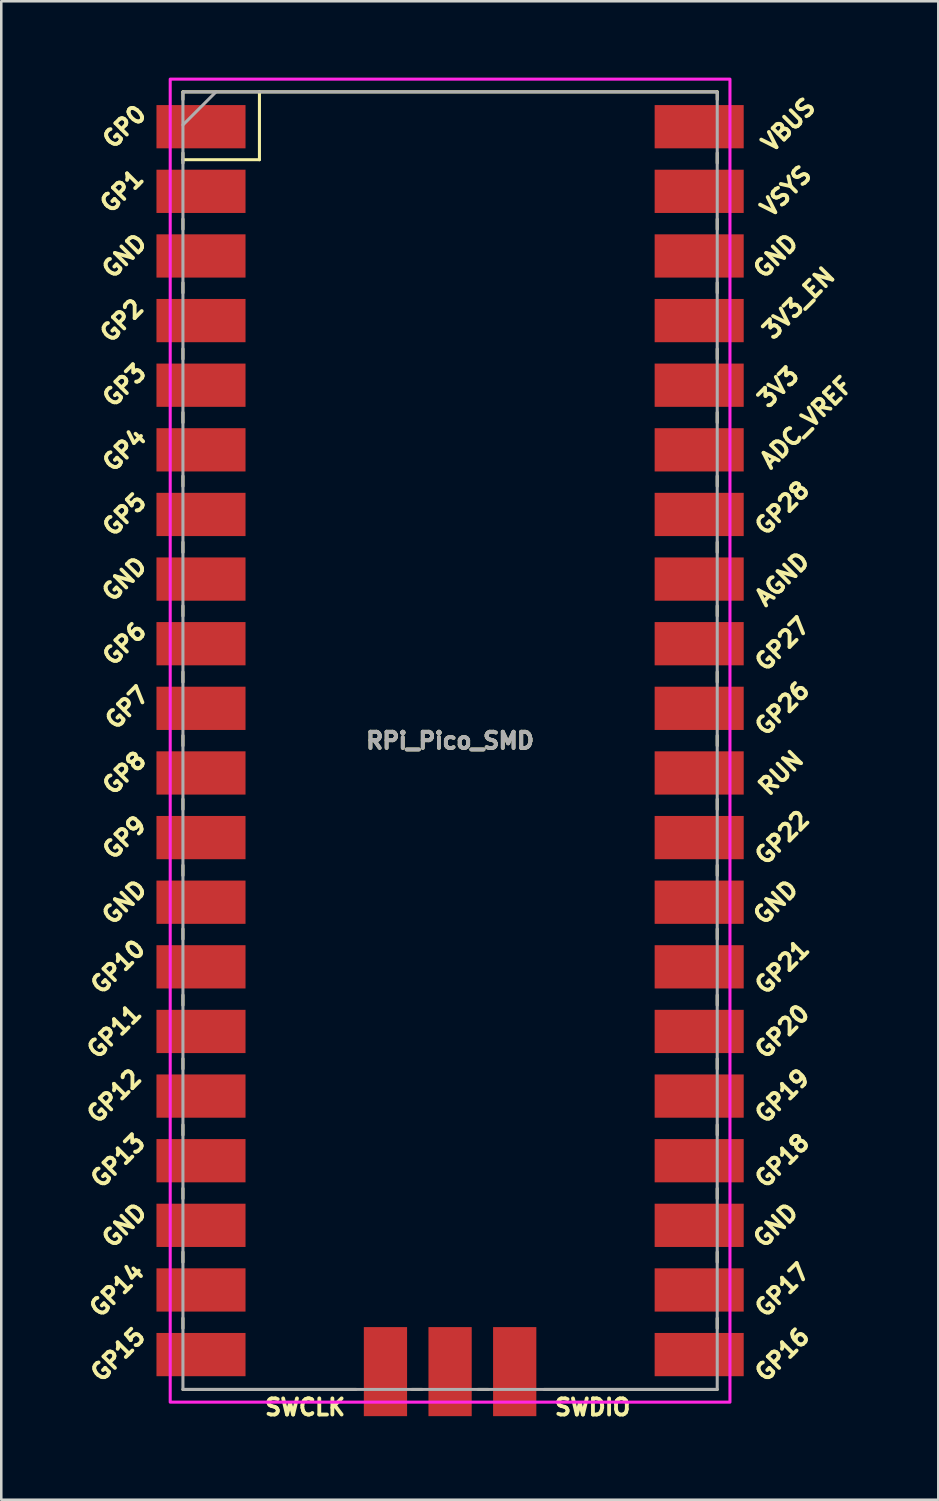
<source format=kicad_pcb>
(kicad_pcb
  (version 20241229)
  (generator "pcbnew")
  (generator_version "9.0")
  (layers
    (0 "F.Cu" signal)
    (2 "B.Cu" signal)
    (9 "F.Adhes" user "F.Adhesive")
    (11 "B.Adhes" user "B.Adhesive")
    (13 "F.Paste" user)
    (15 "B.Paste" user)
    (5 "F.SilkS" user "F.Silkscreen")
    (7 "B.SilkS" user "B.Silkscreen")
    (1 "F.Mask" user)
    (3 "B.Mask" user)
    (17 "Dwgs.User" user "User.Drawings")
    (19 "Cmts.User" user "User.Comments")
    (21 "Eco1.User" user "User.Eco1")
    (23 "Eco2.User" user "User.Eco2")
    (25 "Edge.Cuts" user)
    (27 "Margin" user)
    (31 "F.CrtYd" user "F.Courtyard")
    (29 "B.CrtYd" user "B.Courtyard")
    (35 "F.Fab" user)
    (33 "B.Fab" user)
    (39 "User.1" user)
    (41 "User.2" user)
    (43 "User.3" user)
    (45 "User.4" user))
  (footprint "RPi_Pico_SMD"
    (layer "F.Cu")
    (at 14.64 26.06)
    (property "Reference" "RPi_Pico_SMD" (at 0 0 0) (layer "F.SilkS") (effects (font (size 0.635 0.635) (thickness 0.15))))
    (attr smd)
    (fp_line (start -10.5 -25.5) (end -10.5 -25.2) (stroke (width 0.12) (type solid)) (layer "F.SilkS"))
    (fp_line (start -10.5 -25.5) (end 10.5 -25.5) (stroke (width 0.12) (type solid)) (layer "F.SilkS"))
    (fp_line (start -10.5 -23.1) (end -10.5 -22.7) (stroke (width 0.12) (type solid)) (layer "F.SilkS"))
    (fp_line (start -10.5 -22.833) (end -7.493 -22.833) (stroke (width 0.12) (type solid)) (layer "F.SilkS"))
    (fp_line (start -10.5 -20.5) (end -10.5 -20.1) (stroke (width 0.12) (type solid)) (layer "F.SilkS"))
    (fp_line (start -10.5 -18) (end -10.5 -17.6) (stroke (width 0.12) (type solid)) (layer "F.SilkS"))
    (fp_line (start -10.5 -15.4) (end -10.5 -15) (stroke (width 0.12) (type solid)) (layer "F.SilkS"))
    (fp_line (start -10.5 -12.9) (end -10.5 -12.5) (stroke (width 0.12) (type solid)) (layer "F.SilkS"))
    (fp_line (start -10.5 -10.4) (end -10.5 -10) (stroke (width 0.12) (type solid)) (layer "F.SilkS"))
    (fp_line (start -10.5 -7.8) (end -10.5 -7.4) (stroke (width 0.12) (type solid)) (layer "F.SilkS"))
    (fp_line (start -10.5 -5.3) (end -10.5 -4.9) (stroke (width 0.12) (type solid)) (layer "F.SilkS"))
    (fp_line (start -10.5 -2.7) (end -10.5 -2.3) (stroke (width 0.12) (type solid)) (layer "F.SilkS"))
    (fp_line (start -10.5 -0.2) (end -10.5 0.2) (stroke (width 0.12) (type solid)) (layer "F.SilkS"))
    (fp_line (start -10.5 2.3) (end -10.5 2.7) (stroke (width 0.12) (type solid)) (layer "F.SilkS"))
    (fp_line (start -10.5 4.9) (end -10.5 5.3) (stroke (width 0.12) (type solid)) (layer "F.SilkS"))
    (fp_line (start -10.5 7.4) (end -10.5 7.8) (stroke (width 0.12) (type solid)) (layer "F.SilkS"))
    (fp_line (start -10.5 10) (end -10.5 10.4) (stroke (width 0.12) (type solid)) (layer "F.SilkS"))
    (fp_line (start -10.5 12.5) (end -10.5 12.9) (stroke (width 0.12) (type solid)) (layer "F.SilkS"))
    (fp_line (start -10.5 15.1) (end -10.5 15.5) (stroke (width 0.12) (type solid)) (layer "F.SilkS"))
    (fp_line (start -10.5 17.6) (end -10.5 18) (stroke (width 0.12) (type solid)) (layer "F.SilkS"))
    (fp_line (start -10.5 20.1) (end -10.5 20.5) (stroke (width 0.12) (type solid)) (layer "F.SilkS"))
    (fp_line (start -10.5 22.7) (end -10.5 23.1) (stroke (width 0.12) (type solid)) (layer "F.SilkS"))
    (fp_line (start -7.493 -22.833) (end -7.493 -25.5) (stroke (width 0.12) (type solid)) (layer "F.SilkS"))
    (fp_line (start -3.7 25.5) (end -10.5 25.5) (stroke (width 0.12) (type solid)) (layer "F.SilkS"))
    (fp_line (start -1.5 25.5) (end -1.1 25.5) (stroke (width 0.12) (type solid)) (layer "F.SilkS"))
    (fp_line (start 1.1 25.5) (end 1.5 25.5) (stroke (width 0.12) (type solid)) (layer "F.SilkS"))
    (fp_line (start 10.5 -25.5) (end 10.5 -25.2) (stroke (width 0.12) (type solid)) (layer "F.SilkS"))
    (fp_line (start 10.5 -23.1) (end 10.5 -22.7) (stroke (width 0.12) (type solid)) (layer "F.SilkS"))
    (fp_line (start 10.5 -20.5) (end 10.5 -20.1) (stroke (width 0.12) (type solid)) (layer "F.SilkS"))
    (fp_line (start 10.5 -18) (end 10.5 -17.6) (stroke (width 0.12) (type solid)) (layer "F.SilkS"))
    (fp_line (start 10.5 -15.4) (end 10.5 -15) (stroke (width 0.12) (type solid)) (layer "F.SilkS"))
    (fp_line (start 10.5 -12.9) (end 10.5 -12.5) (stroke (width 0.12) (type solid)) (layer "F.SilkS"))
    (fp_line (start 10.5 -10.4) (end 10.5 -10) (stroke (width 0.12) (type solid)) (layer "F.SilkS"))
    (fp_line (start 10.5 -7.8) (end 10.5 -7.4) (stroke (width 0.12) (type solid)) (layer "F.SilkS"))
    (fp_line (start 10.5 -5.3) (end 10.5 -4.9) (stroke (width 0.12) (type solid)) (layer "F.SilkS"))
    (fp_line (start 10.5 -2.7) (end 10.5 -2.3) (stroke (width 0.12) (type solid)) (layer "F.SilkS"))
    (fp_line (start 10.5 -0.2) (end 10.5 0.2) (stroke (width 0.12) (type solid)) (layer "F.SilkS"))
    (fp_line (start 10.5 2.3) (end 10.5 2.7) (stroke (width 0.12) (type solid)) (layer "F.SilkS"))
    (fp_line (start 10.5 4.9) (end 10.5 5.3) (stroke (width 0.12) (type solid)) (layer "F.SilkS"))
    (fp_line (start 10.5 7.4) (end 10.5 7.8) (stroke (width 0.12) (type solid)) (layer "F.SilkS"))
    (fp_line (start 10.5 10) (end 10.5 10.4) (stroke (width 0.12) (type solid)) (layer "F.SilkS"))
    (fp_line (start 10.5 12.5) (end 10.5 12.9) (stroke (width 0.12) (type solid)) (layer "F.SilkS"))
    (fp_line (start 10.5 15.1) (end 10.5 15.5) (stroke (width 0.12) (type solid)) (layer "F.SilkS"))
    (fp_line (start 10.5 17.6) (end 10.5 18) (stroke (width 0.12) (type solid)) (layer "F.SilkS"))
    (fp_line (start 10.5 20.1) (end 10.5 20.5) (stroke (width 0.12) (type solid)) (layer "F.SilkS"))
    (fp_line (start 10.5 22.7) (end 10.5 23.1) (stroke (width 0.12) (type solid)) (layer "F.SilkS"))
    (fp_line (start 10.5 25.5) (end 3.7 25.5) (stroke (width 0.12) (type solid)) (layer "F.SilkS"))
    (fp_rect (start -11 -26) (end 11 26) (stroke (width 0.12) (type solid)) (fill no) (layer "F.CrtYd"))
    (fp_line (start -10.5 -24.2) (end -9.2 -25.5) (stroke (width 0.12) (type solid)) (layer "F.Fab"))
    (fp_rect (start -10.5 -25.5) (end 10.5 25.5) (stroke (width 0.12) (type solid)) (fill no) (layer "F.Fab"))
    (fp_text user "GND" (at -12.8 -6.35 45) (layer "F.SilkS") (effects (font (size 0.635 0.635) (thickness 0.15))))
    (fp_text user "GP5" (at -12.8 -8.89 45) (layer "F.SilkS") (effects (font (size 0.635 0.635) (thickness 0.15))))
    (fp_text user "GP21" (at 13.054 8.9 45) (layer "F.SilkS") (effects (font (size 0.635 0.635) (thickness 0.15))))
    (fp_text user "RUN" (at 13 1.27 45) (layer "F.SilkS") (effects (font (size 0.635 0.635) (thickness 0.15))))
    (fp_text user "3V3" (at 12.9 -13.9 45) (layer "F.SilkS") (effects (font (size 0.635 0.635) (thickness 0.15))))
    (fp_text user "GP4" (at -12.8 -11.43 45) (layer "F.SilkS") (effects (font (size 0.635 0.635) (thickness 0.15))))
    (fp_text user "GP20" (at 13.054 11.43 45) (layer "F.SilkS") (effects (font (size 0.635 0.635) (thickness 0.15))))
    (fp_text user "GP22" (at 13.054 3.81 45) (layer "F.SilkS") (effects (font (size 0.635 0.635) (thickness 0.15))))
    (fp_text user "GND" (at 12.8 -19.05 45) (layer "F.SilkS") (effects (font (size 0.635 0.635) (thickness 0.15))))
    (fp_text user "VBUS" (at 13.3 -24.2 45) (layer "F.SilkS") (effects (font (size 0.635 0.635) (thickness 0.15))))
    (fp_text user "GP13" (at -13.054 16.51 45) (layer "F.SilkS") (effects (font (size 0.635 0.635) (thickness 0.15))))
    (fp_text user "GP26" (at 13.054 -1.27 45) (layer "F.SilkS") (effects (font (size 0.635 0.635) (thickness 0.15))))
    (fp_text user "GND" (at -12.8 -19.05 45) (layer "F.SilkS") (effects (font (size 0.635 0.635) (thickness 0.15))))
    (fp_text user "GP7" (at -12.7 -1.3 45) (layer "F.SilkS") (effects (font (size 0.635 0.635) (thickness 0.15))))
    (fp_text user "GP1" (at -12.9 -21.6 45) (layer "F.SilkS") (effects (font (size 0.635 0.635) (thickness 0.15))))
    (fp_text user "GP12" (at -13.2 13.97 45) (layer "F.SilkS") (effects (font (size 0.635 0.635) (thickness 0.15))))
    (fp_text user "GP9" (at -12.8 3.81 45) (layer "F.SilkS") (effects (font (size 0.635 0.635) (thickness 0.15))))
    (fp_text user "GP3" (at -12.8 -13.97 45) (layer "F.SilkS") (effects (font (size 0.635 0.635) (thickness 0.15))))
    (fp_text user "GP6" (at -12.8 -3.81 45) (layer "F.SilkS") (effects (font (size 0.635 0.635) (thickness 0.15))))
    (fp_text user "GP19" (at 13.054 13.97 45) (layer "F.SilkS") (effects (font (size 0.635 0.635) (thickness 0.15))))
    (fp_text user "GP18" (at 13.054 16.51 45) (layer "F.SilkS") (effects (font (size 0.635 0.635) (thickness 0.15))))
    (fp_text user "GP0" (at -12.8 -24.13 45) (layer "F.SilkS") (effects (font (size 0.635 0.635) (thickness 0.15))))
    (fp_text user "GP28" (at 13.054 -9.144 45) (layer "F.SilkS") (effects (font (size 0.635 0.635) (thickness 0.15))))
    (fp_text user "GP17" (at 13.054 21.59 45) (layer "F.SilkS") (effects (font (size 0.635 0.635) (thickness 0.15))))
    (fp_text user "VSYS" (at 13.2 -21.59 45) (layer "F.SilkS") (effects (font (size 0.635 0.635) (thickness 0.15))))
    (fp_text user "GND" (at -12.8 6.35 45) (layer "F.SilkS") (effects (font (size 0.635 0.635) (thickness 0.15))))
    (fp_text user "GP15" (at -13.054 24.13 45) (layer "F.SilkS") (effects (font (size 0.635 0.635) (thickness 0.15))))
    (fp_text user "3V3_EN" (at 13.7 -17.2 45) (layer "F.SilkS") (effects (font (size 0.635 0.635) (thickness 0.15))))
    (fp_text user "GND" (at 12.8 19.05 45) (layer "F.SilkS") (effects (font (size 0.635 0.635) (thickness 0.15))))
    (fp_text user "ADC_VREF" (at 14 -12.5 45) (layer "F.SilkS") (effects (font (size 0.635 0.635) (thickness 0.15))))
    (fp_text user "GP16" (at 13.054 24.13 45) (layer "F.SilkS") (effects (font (size 0.635 0.635) (thickness 0.15))))
    (fp_text user "AGND" (at 13.054 -6.35 45) (layer "F.SilkS") (effects (font (size 0.635 0.635) (thickness 0.15))))
    (fp_text user "GP8" (at -12.8 1.27 45) (layer "F.SilkS") (effects (font (size 0.635 0.635) (thickness 0.15))))
    (fp_text user "GP14" (at -13.1 21.59 45) (layer "F.SilkS") (effects (font (size 0.635 0.635) (thickness 0.15))))
    (fp_text user "GP2" (at -12.9 -16.51 45) (layer "F.SilkS") (effects (font (size 0.635 0.635) (thickness 0.15))))
    (fp_text user "GP27" (at 13.054 -3.8 45) (layer "F.SilkS") (effects (font (size 0.635 0.635) (thickness 0.15))))
    (fp_text user "GP11" (at -13.2 11.43 45) (layer "F.SilkS") (effects (font (size 0.635 0.635) (thickness 0.15))))
    (fp_text user "SWDIO" (at 5.6 26.2 0) (layer "F.SilkS") (effects (font (size 0.635 0.635) (thickness 0.15))))
    (fp_text user "GND" (at 12.8 6.35 45) (layer "F.SilkS") (effects (font (size 0.635 0.635) (thickness 0.15))))
    (fp_text user "GP10" (at -13.054 8.89 45) (layer "F.SilkS") (effects (font (size 0.635 0.635) (thickness 0.15))))
    (fp_text user "GND" (at -12.8 19.05 45) (layer "F.SilkS") (effects (font (size 0.635 0.635) (thickness 0.15))))
    (fp_text user "SWCLK" (at -5.7 26.2 0) (layer "F.SilkS") (effects (font (size 0.635 0.635) (thickness 0.15))))
    (fp_text user "${REFERENCE}" (at 0 0 180) (layer "F.Fab") (effects (font (size 0.635 0.635) (thickness 0.15))))
    (pad "1" smd rect (at -8.89 -24.13) (size 3.5 1.7) (drill (offset -0.9 0)) (layers "F.Cu" "F.Mask"))
    (pad "2" smd rect (at -8.89 -21.59) (size 3.5 1.7) (drill (offset -0.9 0)) (layers "F.Cu" "F.Mask"))
    (pad "3" smd rect (at -8.89 -19.05) (size 3.5 1.7) (drill (offset -0.9 0)) (layers "F.Cu" "F.Mask"))
    (pad "4" smd rect (at -8.89 -16.51) (size 3.5 1.7) (drill (offset -0.9 0)) (layers "F.Cu" "F.Mask"))
    (pad "5" smd rect (at -8.89 -13.97) (size 3.5 1.7) (drill (offset -0.9 0)) (layers "F.Cu" "F.Mask"))
    (pad "6" smd rect (at -8.89 -11.43) (size 3.5 1.7) (drill (offset -0.9 0)) (layers "F.Cu" "F.Mask"))
    (pad "7" smd rect (at -8.89 -8.89) (size 3.5 1.7) (drill (offset -0.9 0)) (layers "F.Cu" "F.Mask"))
    (pad "8" smd rect (at -8.89 -6.35) (size 3.5 1.7) (drill (offset -0.9 0)) (layers "F.Cu" "F.Mask"))
    (pad "9" smd rect (at -8.89 -3.81) (size 3.5 1.7) (drill (offset -0.9 0)) (layers "F.Cu" "F.Mask"))
    (pad "10" smd rect (at -8.89 -1.27) (size 3.5 1.7) (drill (offset -0.9 0)) (layers "F.Cu" "F.Mask"))
    (pad "11" smd rect (at -8.89 1.27) (size 3.5 1.7) (drill (offset -0.9 0)) (layers "F.Cu" "F.Mask"))
    (pad "12" smd rect (at -8.89 3.81) (size 3.5 1.7) (drill (offset -0.9 0)) (layers "F.Cu" "F.Mask"))
    (pad "13" smd rect (at -8.89 6.35) (size 3.5 1.7) (drill (offset -0.9 0)) (layers "F.Cu" "F.Mask"))
    (pad "14" smd rect (at -8.89 8.89) (size 3.5 1.7) (drill (offset -0.9 0)) (layers "F.Cu" "F.Mask"))
    (pad "15" smd rect (at -8.89 11.43) (size 3.5 1.7) (drill (offset -0.9 0)) (layers "F.Cu" "F.Mask"))
    (pad "16" smd rect (at -8.89 13.97) (size 3.5 1.7) (drill (offset -0.9 0)) (layers "F.Cu" "F.Mask"))
    (pad "17" smd rect (at -8.89 16.51) (size 3.5 1.7) (drill (offset -0.9 0)) (layers "F.Cu" "F.Mask"))
    (pad "18" smd rect (at -8.89 19.05) (size 3.5 1.7) (drill (offset -0.9 0)) (layers "F.Cu" "F.Mask"))
    (pad "19" smd rect (at -8.89 21.59) (size 3.5 1.7) (drill (offset -0.9 0)) (layers "F.Cu" "F.Mask"))
    (pad "20" smd rect (at -8.89 24.13) (size 3.5 1.7) (drill (offset -0.9 0)) (layers "F.Cu" "F.Mask"))
    (pad "21" smd rect (at 8.89 24.13) (size 3.5 1.7) (drill (offset 0.9 0)) (layers "F.Cu" "F.Mask"))
    (pad "22" smd rect (at 8.89 21.59) (size 3.5 1.7) (drill (offset 0.9 0)) (layers "F.Cu" "F.Mask"))
    (pad "23" smd rect (at 8.89 19.05) (size 3.5 1.7) (drill (offset 0.9 0)) (layers "F.Cu" "F.Mask"))
    (pad "24" smd rect (at 8.89 16.51) (size 3.5 1.7) (drill (offset 0.9 0)) (layers "F.Cu" "F.Mask"))
    (pad "25" smd rect (at 8.89 13.97) (size 3.5 1.7) (drill (offset 0.9 0)) (layers "F.Cu" "F.Mask"))
    (pad "26" smd rect (at 8.89 11.43) (size 3.5 1.7) (drill (offset 0.9 0)) (layers "F.Cu" "F.Mask"))
    (pad "27" smd rect (at 8.89 8.89) (size 3.5 1.7) (drill (offset 0.9 0)) (layers "F.Cu" "F.Mask"))
    (pad "28" smd rect (at 8.89 6.35) (size 3.5 1.7) (drill (offset 0.9 0)) (layers "F.Cu" "F.Mask"))
    (pad "29" smd rect (at 8.89 3.81) (size 3.5 1.7) (drill (offset 0.9 0)) (layers "F.Cu" "F.Mask"))
    (pad "30" smd rect (at 8.89 1.27) (size 3.5 1.7) (drill (offset 0.9 0)) (layers "F.Cu" "F.Mask"))
    (pad "31" smd rect (at 8.89 -1.27) (size 3.5 1.7) (drill (offset 0.9 0)) (layers "F.Cu" "F.Mask"))
    (pad "32" smd rect (at 8.89 -3.81) (size 3.5 1.7) (drill (offset 0.9 0)) (layers "F.Cu" "F.Mask"))
    (pad "33" smd rect (at 8.89 -6.35) (size 3.5 1.7) (drill (offset 0.9 0)) (layers "F.Cu" "F.Mask"))
    (pad "34" smd rect (at 8.89 -8.89) (size 3.5 1.7) (drill (offset 0.9 0)) (layers "F.Cu" "F.Mask"))
    (pad "35" smd rect (at 8.89 -11.43) (size 3.5 1.7) (drill (offset 0.9 0)) (layers "F.Cu" "F.Mask"))
    (pad "36" smd rect (at 8.89 -13.97) (size 3.5 1.7) (drill (offset 0.9 0)) (layers "F.Cu" "F.Mask"))
    (pad "37" smd rect (at 8.89 -16.51) (size 3.5 1.7) (drill (offset 0.9 0)) (layers "F.Cu" "F.Mask"))
    (pad "38" smd rect (at 8.89 -19.05) (size 3.5 1.7) (drill (offset 0.9 0)) (layers "F.Cu" "F.Mask"))
    (pad "39" smd rect (at 8.89 -21.59) (size 3.5 1.7) (drill (offset 0.9 0)) (layers "F.Cu" "F.Mask"))
    (pad "40" smd rect (at 8.89 -24.13) (size 3.5 1.7) (drill (offset 0.9 0)) (layers "F.Cu" "F.Mask"))
    (pad "41" smd rect (at -2.54 23.9 90) (size 3.5 1.7) (drill (offset -0.9 0)) (layers "F.Cu" "F.Mask"))
    (pad "42" smd rect (at 0 23.9 90) (size 3.5 1.7) (drill (offset -0.9 0)) (layers "F.Cu" "F.Mask"))
    (pad "43" smd rect (at 2.54 23.9 90) (size 3.5 1.7) (drill (offset -0.9 0)) (layers "F.Cu" "F.Mask")))
  (gr_rect
    (start -3 -3)
    (end 33.828 55.895)
    (stroke (width 0.1) (type default))
    (fill no)
    (layer "Edge.Cuts")))
</source>
